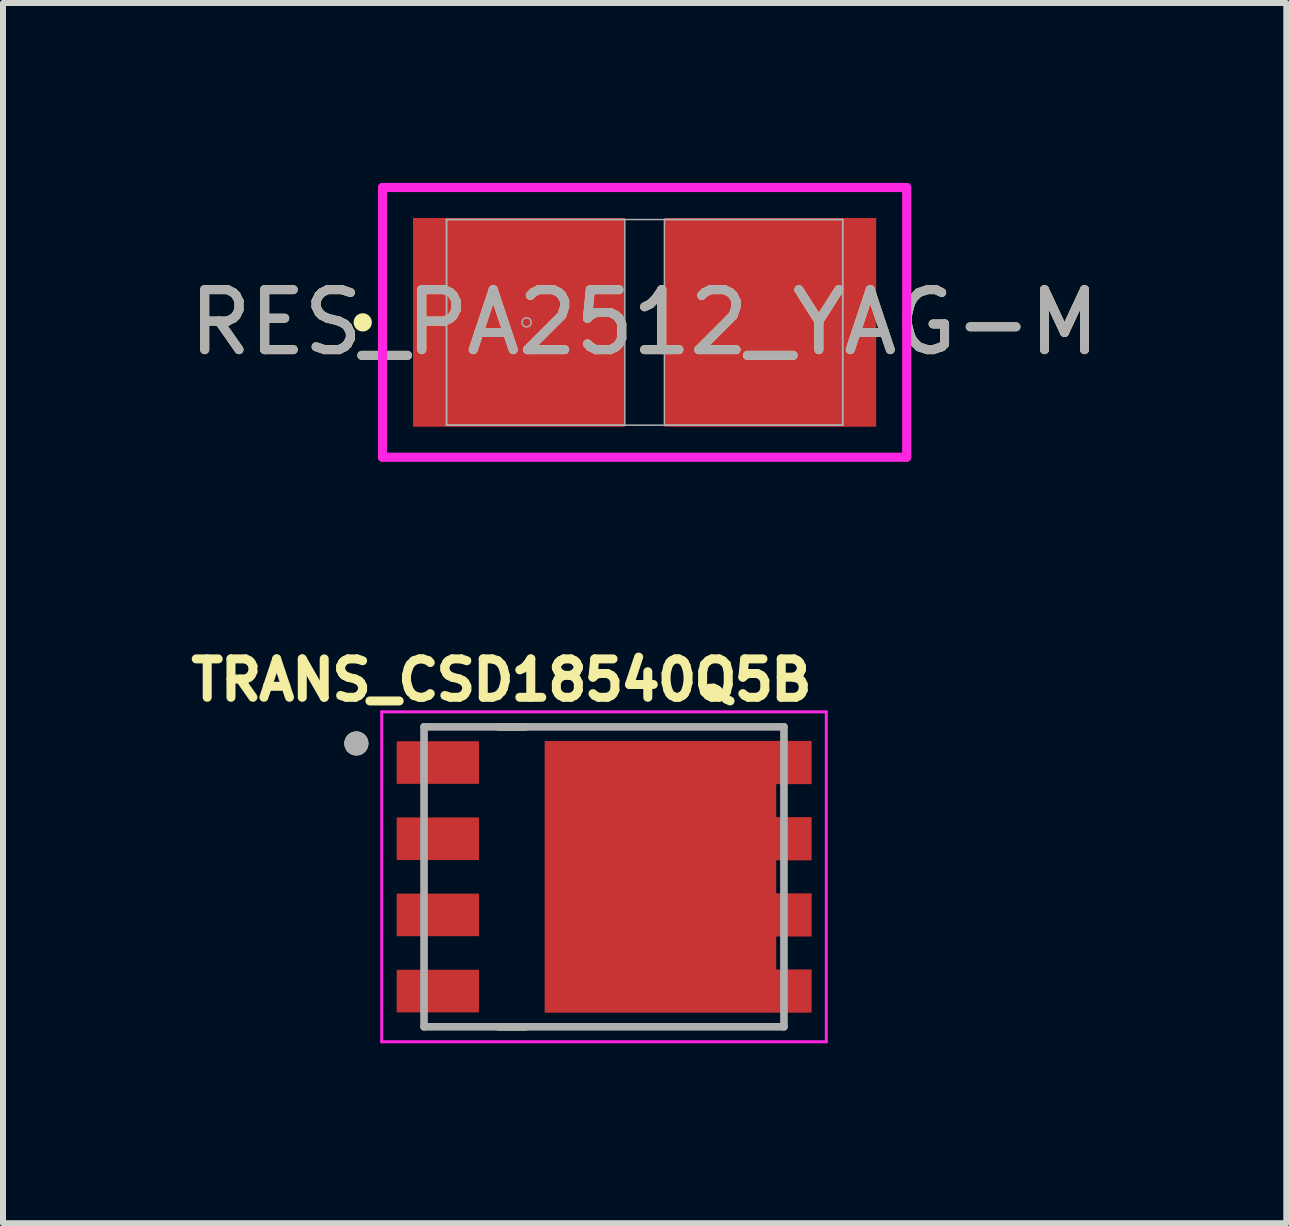
<source format=kicad_pcb>
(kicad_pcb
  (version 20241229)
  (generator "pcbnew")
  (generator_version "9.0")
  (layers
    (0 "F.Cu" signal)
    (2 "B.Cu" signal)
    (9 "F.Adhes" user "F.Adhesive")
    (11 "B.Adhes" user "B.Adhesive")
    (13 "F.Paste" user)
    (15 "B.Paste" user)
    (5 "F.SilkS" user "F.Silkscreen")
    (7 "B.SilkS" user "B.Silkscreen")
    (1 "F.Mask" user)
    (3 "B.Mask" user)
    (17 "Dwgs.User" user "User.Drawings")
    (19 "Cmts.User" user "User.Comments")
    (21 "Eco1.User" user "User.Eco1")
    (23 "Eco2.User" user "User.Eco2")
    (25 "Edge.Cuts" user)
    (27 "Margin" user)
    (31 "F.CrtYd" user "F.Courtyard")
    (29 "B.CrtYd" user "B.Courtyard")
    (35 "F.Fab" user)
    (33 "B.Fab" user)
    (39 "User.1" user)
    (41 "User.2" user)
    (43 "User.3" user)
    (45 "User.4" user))
  (footprint "RES_PA2512_YAG-M"
    (layer "F.Cu")
    (at 7.696 2.324)
    (property "Reference" "RES_PA2512_YAG-M" (at 0 0 0) (unlocked yes) (layer "F.SilkS") (effects (font (size 1 1) (thickness 0.15))))
    (attr smd)
    (fp_circle (center -4.699 0) (end -4.623 0) (stroke (width 0.152) (type solid)) (fill no) (layer "F.SilkS"))
    (fp_line (start -4.369 -2.248) (end 4.369 -2.248) (stroke (width 0.152) (type solid)) (layer "F.CrtYd"))
    (fp_line (start -4.369 2.248) (end -4.369 -2.248) (stroke (width 0.152) (type solid)) (layer "F.CrtYd"))
    (fp_line (start 4.369 -2.248) (end 4.369 2.248) (stroke (width 0.152) (type solid)) (layer "F.CrtYd"))
    (fp_line (start 4.369 2.248) (end -4.369 2.248) (stroke (width 0.152) (type solid)) (layer "F.CrtYd"))
    (fp_line (start -3.302 -1.714) (end -3.302 1.714) (stroke (width 0.025) (type solid)) (layer "F.Fab"))
    (fp_line (start -3.302 -1.714) (end -3.302 1.714) (stroke (width 0.025) (type solid)) (layer "F.Fab"))
    (fp_line (start -3.302 1.714) (end -0.33 1.714) (stroke (width 0.025) (type solid)) (layer "F.Fab"))
    (fp_line (start -3.302 1.714) (end 3.302 1.714) (stroke (width 0.025) (type solid)) (layer "F.Fab"))
    (fp_line (start -0.33 -1.714) (end -3.302 -1.714) (stroke (width 0.025) (type solid)) (layer "F.Fab"))
    (fp_line (start -0.33 1.714) (end -0.33 -1.714) (stroke (width 0.025) (type solid)) (layer "F.Fab"))
    (fp_line (start 0.33 -1.714) (end 0.33 1.714) (stroke (width 0.025) (type solid)) (layer "F.Fab"))
    (fp_line (start 0.33 1.714) (end 3.302 1.714) (stroke (width 0.025) (type solid)) (layer "F.Fab"))
    (fp_line (start 3.302 -1.714) (end -3.302 -1.714) (stroke (width 0.025) (type solid)) (layer "F.Fab"))
    (fp_line (start 3.302 -1.714) (end 0.33 -1.714) (stroke (width 0.025) (type solid)) (layer "F.Fab"))
    (fp_line (start 3.302 1.714) (end 3.302 -1.714) (stroke (width 0.025) (type solid)) (layer "F.Fab"))
    (fp_line (start 3.302 1.714) (end 3.302 -1.714) (stroke (width 0.025) (type solid)) (layer "F.Fab"))
    (fp_circle (center -1.968 0) (end -1.892 0) (stroke (width 0.025) (type solid)) (fill no) (layer "F.Fab"))
    (fp_text user "${REFERENCE}" (at 0 0 0) (unlocked yes) (layer "F.Fab") (effects (font (size 1 1) (thickness 0.15))))
    (pad "1" smd rect (at -2.095 0) (size 3.531 3.48) (layers "F.Cu" "F.Mask" "F.Paste"))
    (pad "2" smd rect (at 2.095 0) (size 3.531 3.48) (layers "F.Cu" "F.Mask" "F.Paste"))
    (zone (net_name "") (layer "F.Cu") (hatch full 0.508) (connect_pads) (min_thickness 0.254) (filled_areas_thickness no) (keepout (tracks not_allowed) (vias not_allowed) (pads allowed) (copperpour not_allowed) (footprints allowed)) (placement (enabled no)) (fill) (polygon (pts (xy 7.417 0.66) (xy 7.976 0.66) (xy 7.976 3.988) (xy 7.417 3.988)))))
  (footprint "TRANS_CSD18540Q5B"
    (layer "F.Cu")
    (at 7.019 11.567)
    (property "Reference" "TRANS_CSD18540Q5B" (at -1.708 -3.281 0) (layer "F.SilkS") (effects (font (size 0.64 0.64) (thickness 0.15))))
    (attr smd)
    (fp_poly (pts (xy -1.084 2.36) (xy -1.084 -2.36) (xy 3.556 -2.36) (xy 3.556 -1.45) (xy 2.966 -1.45) (xy 2.966 -1.09) (xy 3.556 -1.09) (xy 3.556 -0.18) (xy 2.966 -0.18) (xy 2.966 0.18) (xy 3.556 0.18) (xy 3.556 1.09) (xy 2.966 1.09) (xy 2.966 1.45) (xy 3.566 1.45) (xy 3.566 2.36)) (stroke (width 0.01) (type solid)) (fill yes) (layer "F.Mask"))
    (fp_line (start -1.764 2.5) (end -1.304 2.5) (stroke (width 0.127) (type solid)) (layer "F.SilkS"))
    (fp_line (start -1.304 -2.5) (end -1.764 -2.5) (stroke (width 0.127) (type solid)) (layer "F.SilkS"))
    (fp_circle (center -4.128 -2.223) (end -4.027 -2.223) (stroke (width 0.2) (type solid)) (fill no) (layer "F.SilkS"))
    (fp_poly (pts (xy -3.293 -2.186) (xy -2.221 -2.186) (xy -2.221 -1.624) (xy -3.293 -1.624)) (stroke (width 0.01) (type solid)) (fill yes) (layer "F.Paste"))
    (fp_poly (pts (xy -3.293 -0.916) (xy -2.221 -0.916) (xy -2.221 -0.354) (xy -3.293 -0.354)) (stroke (width 0.01) (type solid)) (fill yes) (layer "F.Paste"))
    (fp_poly (pts (xy -3.293 0.354) (xy -2.221 0.354) (xy -2.221 0.916) (xy -3.293 0.916)) (stroke (width 0.01) (type solid)) (fill yes) (layer "F.Paste"))
    (fp_poly (pts (xy -3.293 1.624) (xy -2.221 1.624) (xy -2.221 2.186) (xy -3.293 2.186)) (stroke (width 0.01) (type solid)) (fill yes) (layer "F.Paste"))
    (fp_poly (pts (xy -0.697 -1.942) (xy 0.597 -1.942) (xy 0.597 -1.196) (xy -0.697 -1.196)) (stroke (width 0.01) (type solid)) (fill yes) (layer "F.Paste"))
    (fp_poly (pts (xy -0.697 -0.896) (xy 0.597 -0.896) (xy 0.597 -0.15) (xy -0.697 -0.15)) (stroke (width 0.01) (type solid)) (fill yes) (layer "F.Paste"))
    (fp_poly (pts (xy -0.697 0.15) (xy 0.597 0.15) (xy 0.597 0.896) (xy -0.697 0.896)) (stroke (width 0.01) (type solid)) (fill yes) (layer "F.Paste"))
    (fp_poly (pts (xy -0.697 1.196) (xy 0.597 1.196) (xy 0.597 1.942) (xy -0.697 1.942)) (stroke (width 0.01) (type solid)) (fill yes) (layer "F.Paste"))
    (fp_poly (pts (xy 0.947 -1.942) (xy 2.241 -1.942) (xy 2.241 -1.196) (xy 0.947 -1.196)) (stroke (width 0.01) (type solid)) (fill yes) (layer "F.Paste"))
    (fp_poly (pts (xy 0.947 -0.896) (xy 2.241 -0.896) (xy 2.241 -0.15) (xy 0.947 -0.15)) (stroke (width 0.01) (type solid)) (fill yes) (layer "F.Paste"))
    (fp_poly (pts (xy 0.947 0.15) (xy 2.241 0.15) (xy 2.241 0.896) (xy 0.947 0.896)) (stroke (width 0.01) (type solid)) (fill yes) (layer "F.Paste"))
    (fp_poly (pts (xy 0.947 1.196) (xy 2.241 1.196) (xy 2.241 1.942) (xy 0.947 1.942)) (stroke (width 0.01) (type solid)) (fill yes) (layer "F.Paste"))
    (fp_poly (pts (xy 2.527 -2.159) (xy 3.293 -2.159) (xy 3.293 -1.651) (xy 2.527 -1.651)) (stroke (width 0.01) (type solid)) (fill yes) (layer "F.Paste"))
    (fp_poly (pts (xy 2.527 -0.889) (xy 3.293 -0.889) (xy 3.293 -0.381) (xy 2.527 -0.381)) (stroke (width 0.01) (type solid)) (fill yes) (layer "F.Paste"))
    (fp_poly (pts (xy 2.527 0.381) (xy 3.293 0.381) (xy 3.293 0.889) (xy 2.527 0.889)) (stroke (width 0.01) (type solid)) (fill yes) (layer "F.Paste"))
    (fp_poly (pts (xy 2.527 1.651) (xy 3.293 1.651) (xy 3.293 2.159) (xy 2.527 2.159)) (stroke (width 0.01) (type solid)) (fill yes) (layer "F.Paste"))
    (fp_line (start -3.706 -2.75) (end 3.706 -2.75) (stroke (width 0.05) (type solid)) (layer "F.CrtYd"))
    (fp_line (start -3.706 2.75) (end -3.706 -2.75) (stroke (width 0.05) (type solid)) (layer "F.CrtYd"))
    (fp_line (start 3.706 -2.75) (end 3.706 2.75) (stroke (width 0.05) (type solid)) (layer "F.CrtYd"))
    (fp_line (start 3.706 2.75) (end -3.706 2.75) (stroke (width 0.05) (type solid)) (layer "F.CrtYd"))
    (fp_line (start -3 -2.5) (end -3 2.5) (stroke (width 0.127) (type solid)) (layer "F.Fab"))
    (fp_line (start -3 2.5) (end 3 2.5) (stroke (width 0.127) (type solid)) (layer "F.Fab"))
    (fp_line (start 3 -2.5) (end -3 -2.5) (stroke (width 0.127) (type solid)) (layer "F.Fab"))
    (fp_line (start 3 2.5) (end 3 -2.5) (stroke (width 0.127) (type solid)) (layer "F.Fab"))
    (fp_circle (center -4.128 -2.223) (end -4.027 -2.223) (stroke (width 0.2) (type solid)) (fill no) (layer "F.Fab"))
    (pad "1" smd rect (at -2.77 -1.905) (size 1.372 0.71) (layers "F.Cu" "F.Mask"))
    (pad "2" smd rect (at -2.77 -0.635) (size 1.372 0.71) (layers "F.Cu" "F.Mask"))
    (pad "3" smd rect (at -2.77 0.635) (size 1.372 0.71) (layers "F.Cu" "F.Mask"))
    (pad "4" smd rect (at -2.77 1.905) (size 1.372 0.71) (layers "F.Cu" "F.Mask"))
    (pad "5_6_7_8" smd custom (at 0 0) (size 1 1) (layers "F.Cu") (options (anchor rect)) (primitives (gr_poly (pts (xy -0.984 2.26) (xy -0.984 -2.26) (xy 3.456 -2.26) (xy 3.456 -1.55) (xy 2.866 -1.55) (xy 2.866 -0.99) (xy 3.456 -0.99) (xy 3.456 -0.28) (xy 2.866 -0.28) (xy 2.866 0.28) (xy 3.456 0.28) (xy 3.456 0.99) (xy 2.866 0.99) (xy 2.866 1.55) (xy 3.456 1.55) (xy 3.456 2.26) (xy 2.866 2.26)) (width 0.01) (fill yes)))))
  (gr_rect
    (start -3 -3)
    (end 18.393 17.342)
    (stroke (width 0.1) (type default))
    (fill no)
    (layer "Edge.Cuts")))
</source>
